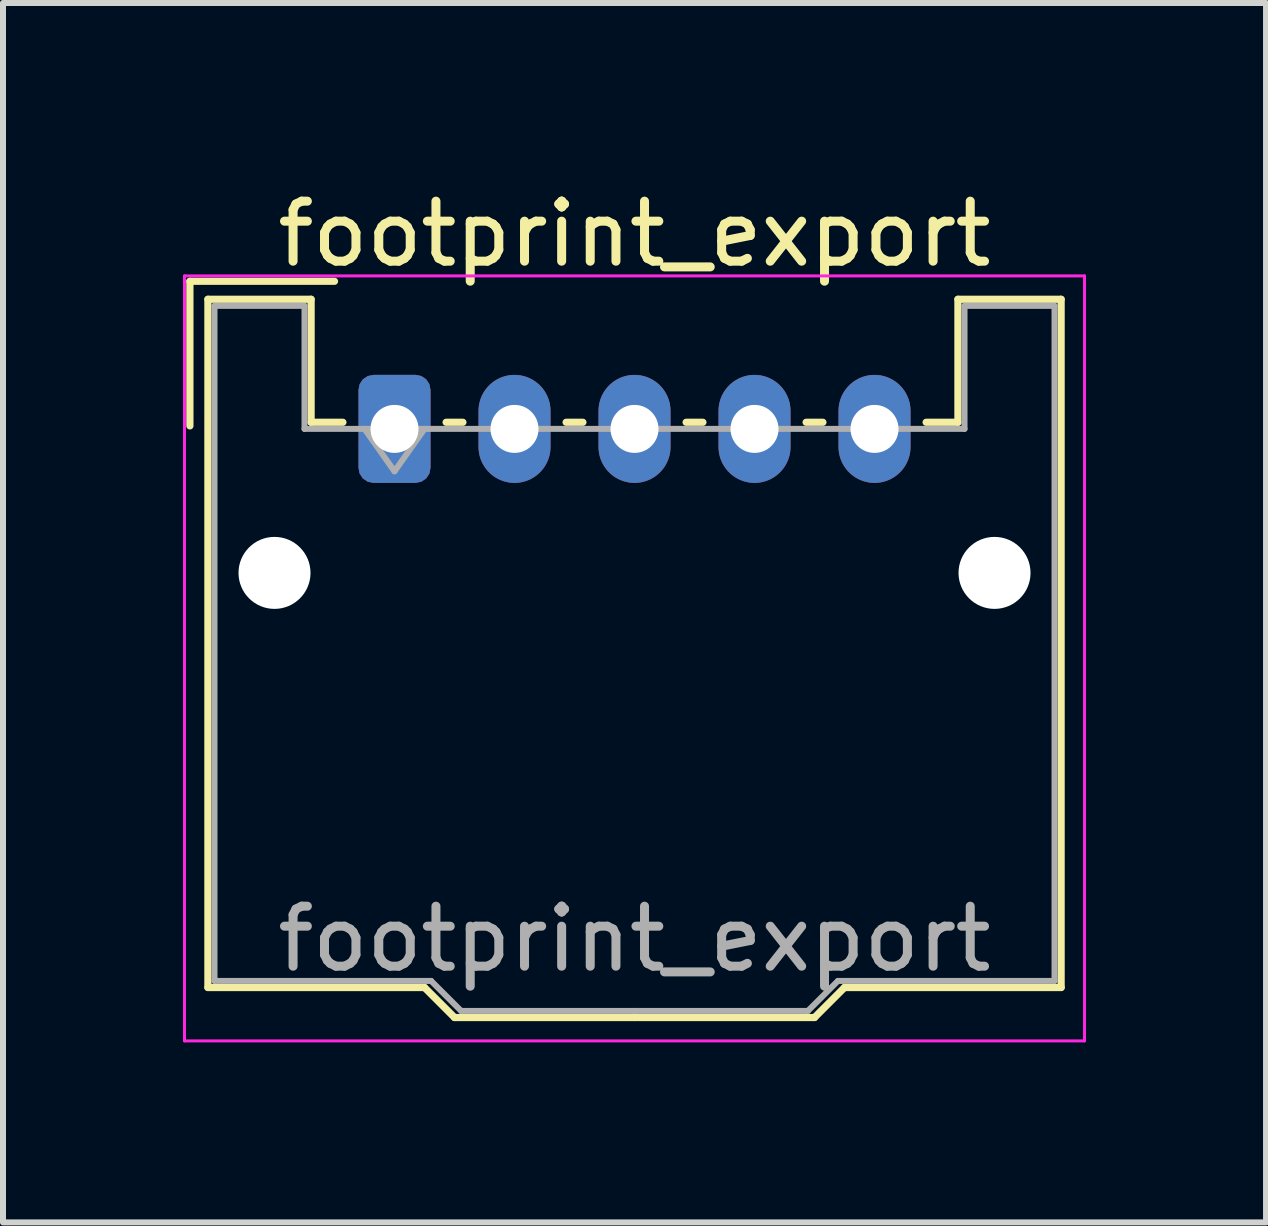
<source format=kicad_pcb>
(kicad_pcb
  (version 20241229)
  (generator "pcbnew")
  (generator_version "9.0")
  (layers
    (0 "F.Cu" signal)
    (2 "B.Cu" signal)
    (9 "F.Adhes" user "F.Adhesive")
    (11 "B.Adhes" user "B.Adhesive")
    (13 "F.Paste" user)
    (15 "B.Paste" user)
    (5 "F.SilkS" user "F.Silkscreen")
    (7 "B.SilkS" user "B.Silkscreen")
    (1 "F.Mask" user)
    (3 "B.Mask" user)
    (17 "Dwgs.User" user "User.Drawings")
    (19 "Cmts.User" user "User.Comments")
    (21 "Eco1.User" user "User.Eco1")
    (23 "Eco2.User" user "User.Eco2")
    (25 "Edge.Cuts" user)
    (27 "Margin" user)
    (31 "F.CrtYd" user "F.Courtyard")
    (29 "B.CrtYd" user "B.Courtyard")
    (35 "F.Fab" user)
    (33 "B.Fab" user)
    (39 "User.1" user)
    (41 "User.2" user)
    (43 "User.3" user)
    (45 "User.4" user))
  (footprint "footprint_export"
    (layer "F.Cu")
    (at 3.525 4.098)
    (property "Reference" "footprint_export" (at 4 -3.25 0) (layer "F.SilkS") (effects (font (size 1 1) (thickness 0.15))))
    (attr through_hole)
    (fp_line (start -3.41 -2.46) (end -1 -2.46) (stroke (width 0.12) (type solid)) (layer "F.SilkS"))
    (fp_line (start -3.41 -0.05) (end -3.41 -2.46) (stroke (width 0.12) (type solid)) (layer "F.SilkS"))
    (fp_line (start -3.11 -2.16) (end -1.39 -2.16) (stroke (width 0.12) (type solid)) (layer "F.SilkS"))
    (fp_line (start -3.11 9.31) (end -3.11 -2.16) (stroke (width 0.12) (type solid)) (layer "F.SilkS"))
    (fp_line (start -1.39 -2.16) (end -1.39 -0.11) (stroke (width 0.12) (type solid)) (layer "F.SilkS"))
    (fp_line (start -1.39 -0.11) (end -0.86 -0.11) (stroke (width 0.12) (type solid)) (layer "F.SilkS"))
    (fp_line (start 0.5 9.31) (end -3.11 9.31) (stroke (width 0.12) (type solid)) (layer "F.SilkS"))
    (fp_line (start 0.86 -0.11) (end 1.14 -0.11) (stroke (width 0.12) (type solid)) (layer "F.SilkS"))
    (fp_line (start 1 9.81) (end 0.5 9.31) (stroke (width 0.12) (type solid)) (layer "F.SilkS"))
    (fp_line (start 2.86 -0.11) (end 3.14 -0.11) (stroke (width 0.12) (type solid)) (layer "F.SilkS"))
    (fp_line (start 4 9.81) (end 1 9.81) (stroke (width 0.12) (type solid)) (layer "F.SilkS"))
    (fp_line (start 4 9.81) (end 7 9.81) (stroke (width 0.12) (type solid)) (layer "F.SilkS"))
    (fp_line (start 4.86 -0.11) (end 5.14 -0.11) (stroke (width 0.12) (type solid)) (layer "F.SilkS"))
    (fp_line (start 6.86 -0.11) (end 7.14 -0.11) (stroke (width 0.12) (type solid)) (layer "F.SilkS"))
    (fp_line (start 7 9.81) (end 7.5 9.31) (stroke (width 0.12) (type solid)) (layer "F.SilkS"))
    (fp_line (start 7.5 9.31) (end 11.11 9.31) (stroke (width 0.12) (type solid)) (layer "F.SilkS"))
    (fp_line (start 9.39 -2.16) (end 9.39 -0.11) (stroke (width 0.12) (type solid)) (layer "F.SilkS"))
    (fp_line (start 9.39 -0.11) (end 8.86 -0.11) (stroke (width 0.12) (type solid)) (layer "F.SilkS"))
    (fp_line (start 11.11 -2.16) (end 9.39 -2.16) (stroke (width 0.12) (type solid)) (layer "F.SilkS"))
    (fp_line (start 11.11 9.31) (end 11.11 -2.16) (stroke (width 0.12) (type solid)) (layer "F.SilkS"))
    (fp_line (start -3.5 -2.55) (end -3.5 10.2) (stroke (width 0.05) (type solid)) (layer "F.CrtYd"))
    (fp_line (start -3.5 10.2) (end 11.5 10.2) (stroke (width 0.05) (type solid)) (layer "F.CrtYd"))
    (fp_line (start 11.5 -2.55) (end -3.5 -2.55) (stroke (width 0.05) (type solid)) (layer "F.CrtYd"))
    (fp_line (start 11.5 10.2) (end 11.5 -2.55) (stroke (width 0.05) (type solid)) (layer "F.CrtYd"))
    (fp_line (start -3 -2.05) (end -1.5 -2.05) (stroke (width 0.1) (type solid)) (layer "F.Fab"))
    (fp_line (start -3 9.2) (end -3 -2.05) (stroke (width 0.1) (type solid)) (layer "F.Fab"))
    (fp_line (start -1.5 -2.05) (end -1.5 0) (stroke (width 0.1) (type solid)) (layer "F.Fab"))
    (fp_line (start -1.5 0) (end 4 0) (stroke (width 0.1) (type solid)) (layer "F.Fab"))
    (fp_line (start -0.5 0) (end 0 0.707) (stroke (width 0.1) (type solid)) (layer "F.Fab"))
    (fp_line (start 0 0.707) (end 0.5 0) (stroke (width 0.1) (type solid)) (layer "F.Fab"))
    (fp_line (start 0.61 9.2) (end -3 9.2) (stroke (width 0.1) (type solid)) (layer "F.Fab"))
    (fp_line (start 1.11 9.7) (end 0.61 9.2) (stroke (width 0.1) (type solid)) (layer "F.Fab"))
    (fp_line (start 4 9.7) (end 1.11 9.7) (stroke (width 0.1) (type solid)) (layer "F.Fab"))
    (fp_line (start 4 9.7) (end 6.89 9.7) (stroke (width 0.1) (type solid)) (layer "F.Fab"))
    (fp_line (start 6.89 9.7) (end 7.39 9.2) (stroke (width 0.1) (type solid)) (layer "F.Fab"))
    (fp_line (start 7.39 9.2) (end 11 9.2) (stroke (width 0.1) (type solid)) (layer "F.Fab"))
    (fp_line (start 9.5 -2.05) (end 9.5 0) (stroke (width 0.1) (type solid)) (layer "F.Fab"))
    (fp_line (start 9.5 0) (end 4 0) (stroke (width 0.1) (type solid)) (layer "F.Fab"))
    (fp_line (start 11 -2.05) (end 9.5 -2.05) (stroke (width 0.1) (type solid)) (layer "F.Fab"))
    (fp_line (start 11 9.2) (end 11 -2.05) (stroke (width 0.1) (type solid)) (layer "F.Fab"))
    (fp_text user "${REFERENCE}" (at 4 8.5 0) (layer "F.Fab") (effects (font (size 1 1) (thickness 0.15))))
    (pad "" np_thru_hole circle (at -2 2.4) (size 1.2 1.2) (drill 1.2) (layers "*.Cu" "*.Mask"))
    (pad "" np_thru_hole circle (at 10 2.4) (size 1.2 1.2) (drill 1.2) (layers "*.Cu" "*.Mask"))
    (pad "1" thru_hole roundrect (at 0 0) (size 1.2 1.8) (drill 0.8) (layers "*.Cu" "*.Mask") (roundrect_rratio 0.208))
    (pad "2" thru_hole oval (at 2 0) (size 1.2 1.8) (drill 0.8) (layers "*.Cu" "*.Mask"))
    (pad "3" thru_hole oval (at 4 0) (size 1.2 1.8) (drill 0.8) (layers "*.Cu" "*.Mask"))
    (pad "4" thru_hole oval (at 6 0) (size 1.2 1.8) (drill 0.8) (layers "*.Cu" "*.Mask"))
    (pad "5" thru_hole oval (at 8 0) (size 1.2 1.8) (drill 0.8) (layers "*.Cu" "*.Mask")))
  (gr_rect
    (start -3 -3)
    (end 18.05 17.323)
    (stroke (width 0.1) (type default))
    (fill no)
    (layer "Edge.Cuts")))
</source>
